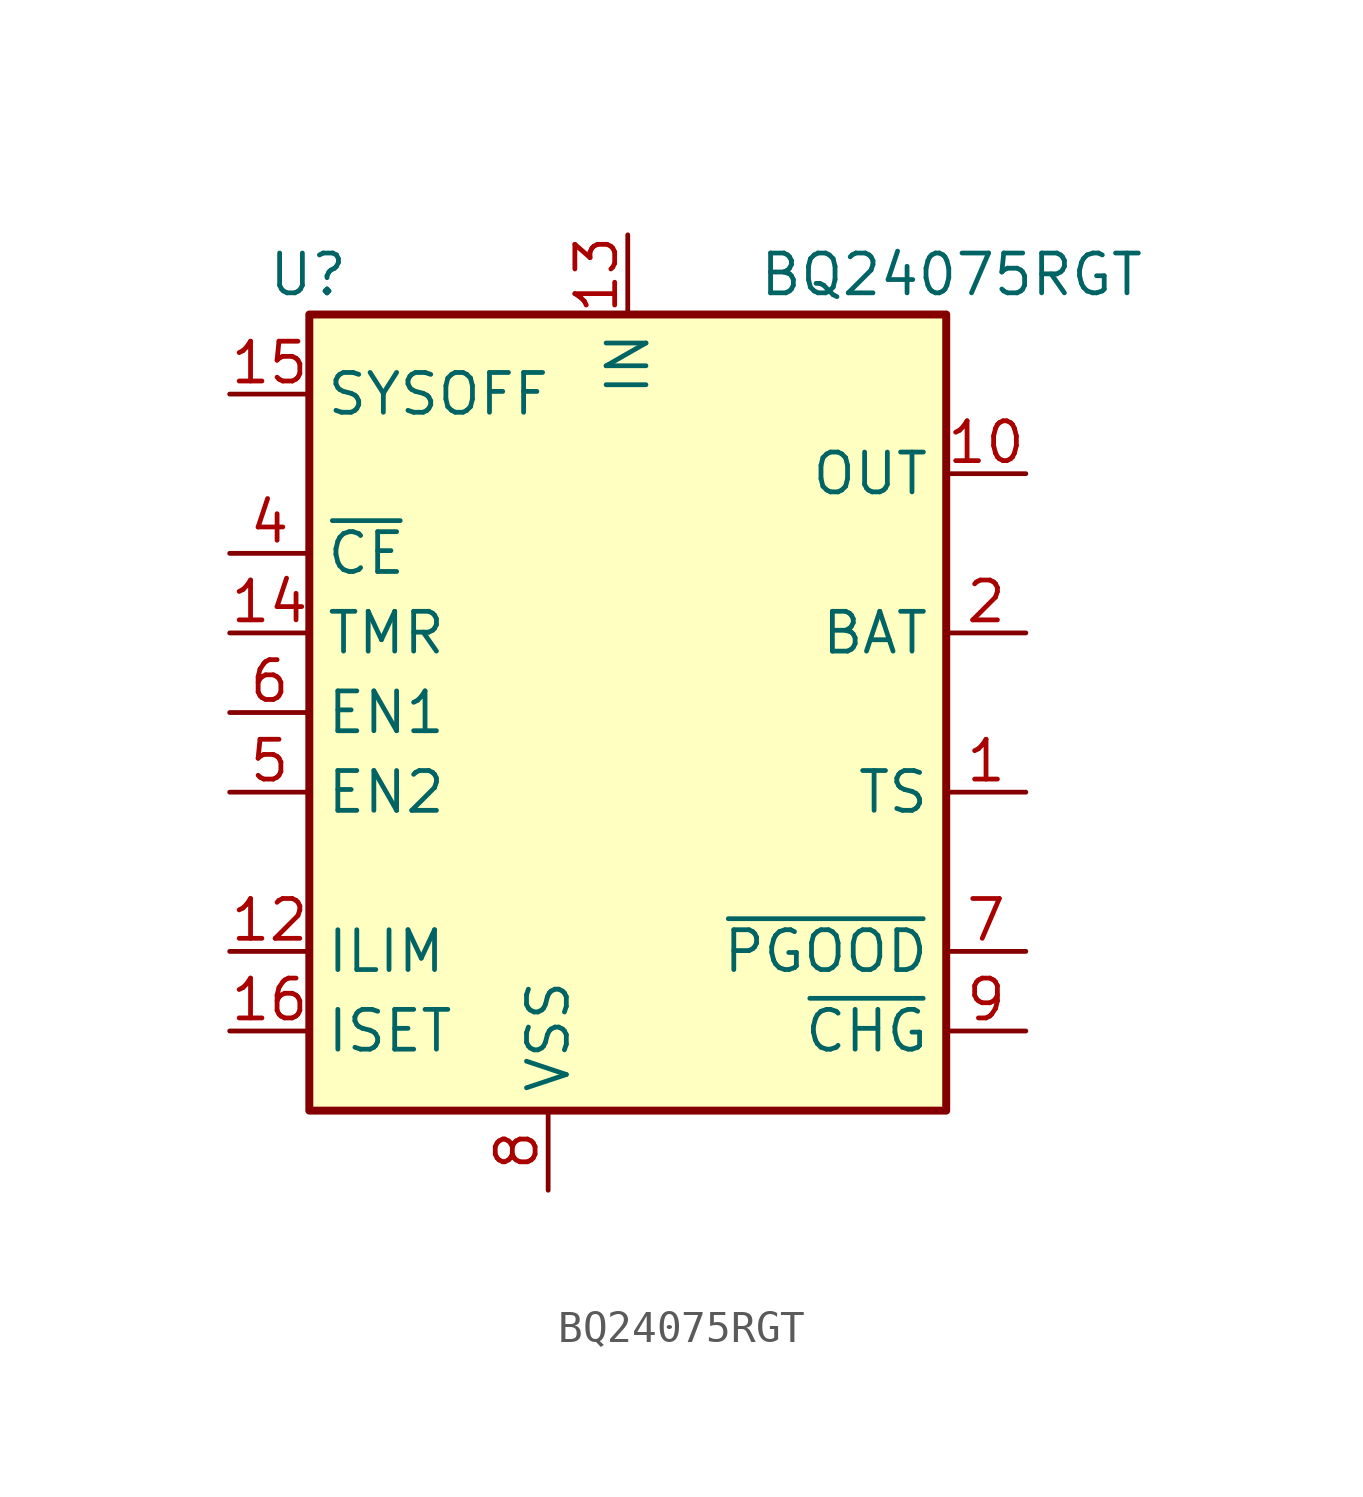
<source format=kicad_sym>
(kicad_symbol_lib
  (version 20211014)
  (generator kicad_symbol_editor)
  (symbol "BQ24075RGT"
    (property "Reference" "U"
      (at -8.89 13.97 0)
      (effects (font (size 1.27 1.27)) (justify right)))
    (property "Value" "BQ24075RGT"
      (at 16.51 13.97 0)
      (effects (font (size 1.27 1.27)) (justify right)))
    (symbol "BQ24075RGT_0_1"
      (rectangle (start -10.16 12.7) (end 10.16 -12.7) (stroke (width 0.254) (type default) (color 0 0 0 0)) (fill (type background))))
    (symbol "BQ24075RGT_1_1"
      (pin passive line (at 12.7 -2.54 180) (length 2.54) (name "TS" (effects (font (size 1.27 1.27)))) (number "1" (effects (font (size 1.27 1.27)))))
      (pin power_out line (at 12.7 7.62 180) (length 2.54) (name "OUT" (effects (font (size 1.27 1.27)))) (number "10" (effects (font (size 1.27 1.27)))))
      (pin passive line (at 12.7 10.16 180) (length 2.54) hide (name "OUT" (effects (font (size 1.27 1.27)))) (number "11" (effects (font (size 1.27 1.27)))))
      (pin passive line (at -12.7 -7.62 0) (length 2.54) (name "ILIM" (effects (font (size 1.27 1.27)))) (number "12" (effects (font (size 1.27 1.27)))))
      (pin power_in line (at 0 15.24 270) (length 2.54) (name "IN" (effects (font (size 1.27 1.27)))) (number "13" (effects (font (size 1.27 1.27)))))
      (pin input line (at -12.7 2.54 0) (length 2.54) (name "TMR" (effects (font (size 1.27 1.27)))) (number "14" (effects (font (size 1.27 1.27)))))
      (pin input line (at -12.7 10.16 0) (length 2.54) (name "SYSOFF" (effects (font (size 1.27 1.27)))) (number "15" (effects (font (size 1.27 1.27)))))
      (pin passive line (at -12.7 -10.16 0) (length 2.54) (name "ISET" (effects (font (size 1.27 1.27)))) (number "16" (effects (font (size 1.27 1.27)))))
      (pin passive line (at 0 -15.24 90) (length 2.54) hide (name "VSS" (effects (font (size 1.27 1.27)))) (number "17" (effects (font (size 1.27 1.27)))))
      (pin power_out line (at 12.7 2.54 180) (length 2.54) (name "BAT" (effects (font (size 1.27 1.27)))) (number "2" (effects (font (size 1.27 1.27)))))
      (pin passive line (at 12.7 2.54 180) (length 2.54) hide (name "BAT" (effects (font (size 1.27 1.27)))) (number "3" (effects (font (size 1.27 1.27)))))
      (pin input line (at -12.7 5.08 0) (length 2.54) (name "~{CE}" (effects (font (size 1.27 1.27)))) (number "4" (effects (font (size 1.27 1.27)))))
      (pin input line (at -12.7 -2.54 0) (length 2.54) (name "EN2" (effects (font (size 1.27 1.27)))) (number "5" (effects (font (size 1.27 1.27)))))
      (pin input line (at -12.7 0 0) (length 2.54) (name "EN1" (effects (font (size 1.27 1.27)))) (number "6" (effects (font (size 1.27 1.27)))))
      (pin open_collector line (at 12.7 -7.62 180) (length 2.54) (name "~{PGOOD}" (effects (font (size 1.27 1.27)))) (number "7" (effects (font (size 1.27 1.27)))))
      (pin power_in line (at -2.54 -15.24 90) (length 2.54) (name "VSS" (effects (font (size 1.27 1.27)))) (number "8" (effects (font (size 1.27 1.27)))))
      (pin open_collector line (at 12.7 -10.16 180) (length 2.54) (name "~{CHG}" (effects (font (size 1.27 1.27)))) (number "9" (effects (font (size 1.27 1.27))))))))
</source>
